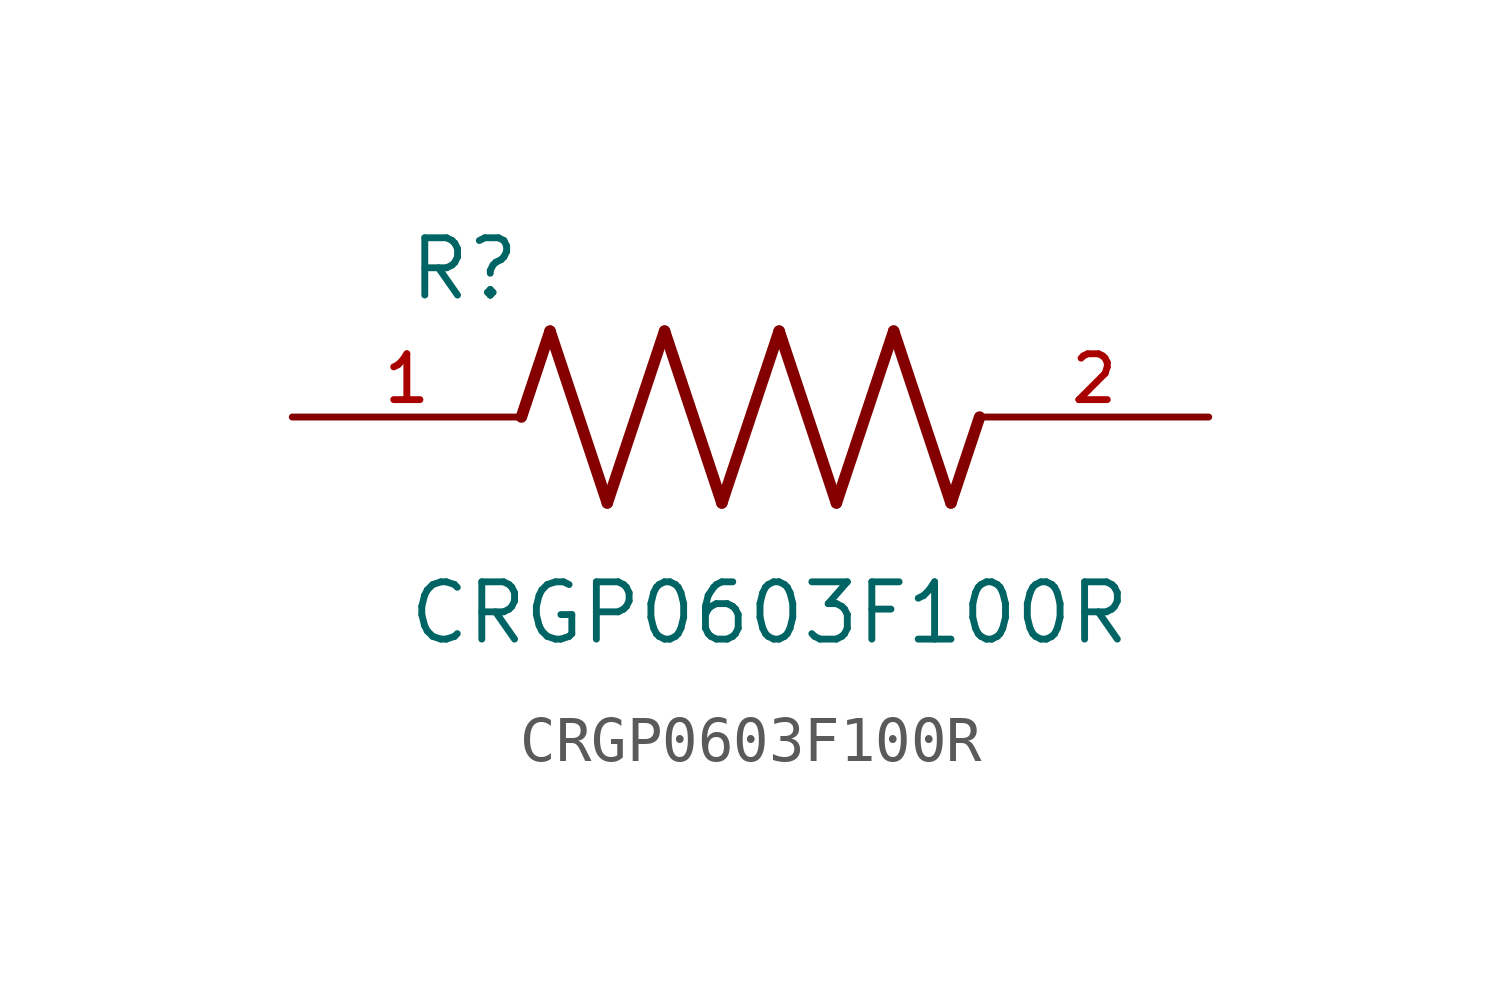
<source format=kicad_sym>
(kicad_symbol_lib
  (version 20211014)
  (generator kicad_symbol_editor)
  (symbol "CRGP0603F100R"
    (pin_names
      (offset 1.016))
    (property "Reference" "R"
      (at -7.624 2.541 0)
      (effects (font (size 1.27 1.27)) (justify bottom left)))
    (property "Value" "CRGP0603F100R"
      (at -7.63 -5.087 0)
      (effects (font (size 1.27 1.27)) (justify bottom left)))
    (symbol "CRGP0603F100R_0_0"
      (polyline (pts (xy -5.08 0.0) (xy -4.445 1.905)) (stroke (width 0.254)))
      (polyline (pts (xy -4.445 1.905) (xy -3.175 -1.905)) (stroke (width 0.254)))
      (polyline (pts (xy -3.175 -1.905) (xy -1.905 1.905)) (stroke (width 0.254)))
      (polyline (pts (xy -1.905 1.905) (xy -0.635 -1.905)) (stroke (width 0.254)))
      (polyline (pts (xy -0.635 -1.905) (xy 0.635 1.905)) (stroke (width 0.254)))
      (polyline (pts (xy 0.635 1.905) (xy 1.905 -1.905)) (stroke (width 0.254)))
      (polyline (pts (xy 1.905 -1.905) (xy 3.175 1.905)) (stroke (width 0.254)))
      (polyline (pts (xy 3.175 1.905) (xy 4.445 -1.905)) (stroke (width 0.254)))
      (polyline (pts (xy 4.445 -1.905) (xy 5.08 0.0)) (stroke (width 0.254)))
      (pin passive line (at -10.16 0.0 0) (length 5.08) (name "~" (effects (font (size 1.016 1.016)))) (number "1" (effects (font (size 1.016 1.016)))))
      (pin passive line (at 10.16 0.0 180.0) (length 5.08) (name "~" (effects (font (size 1.016 1.016)))) (number "2" (effects (font (size 1.016 1.016))))))))
</source>
